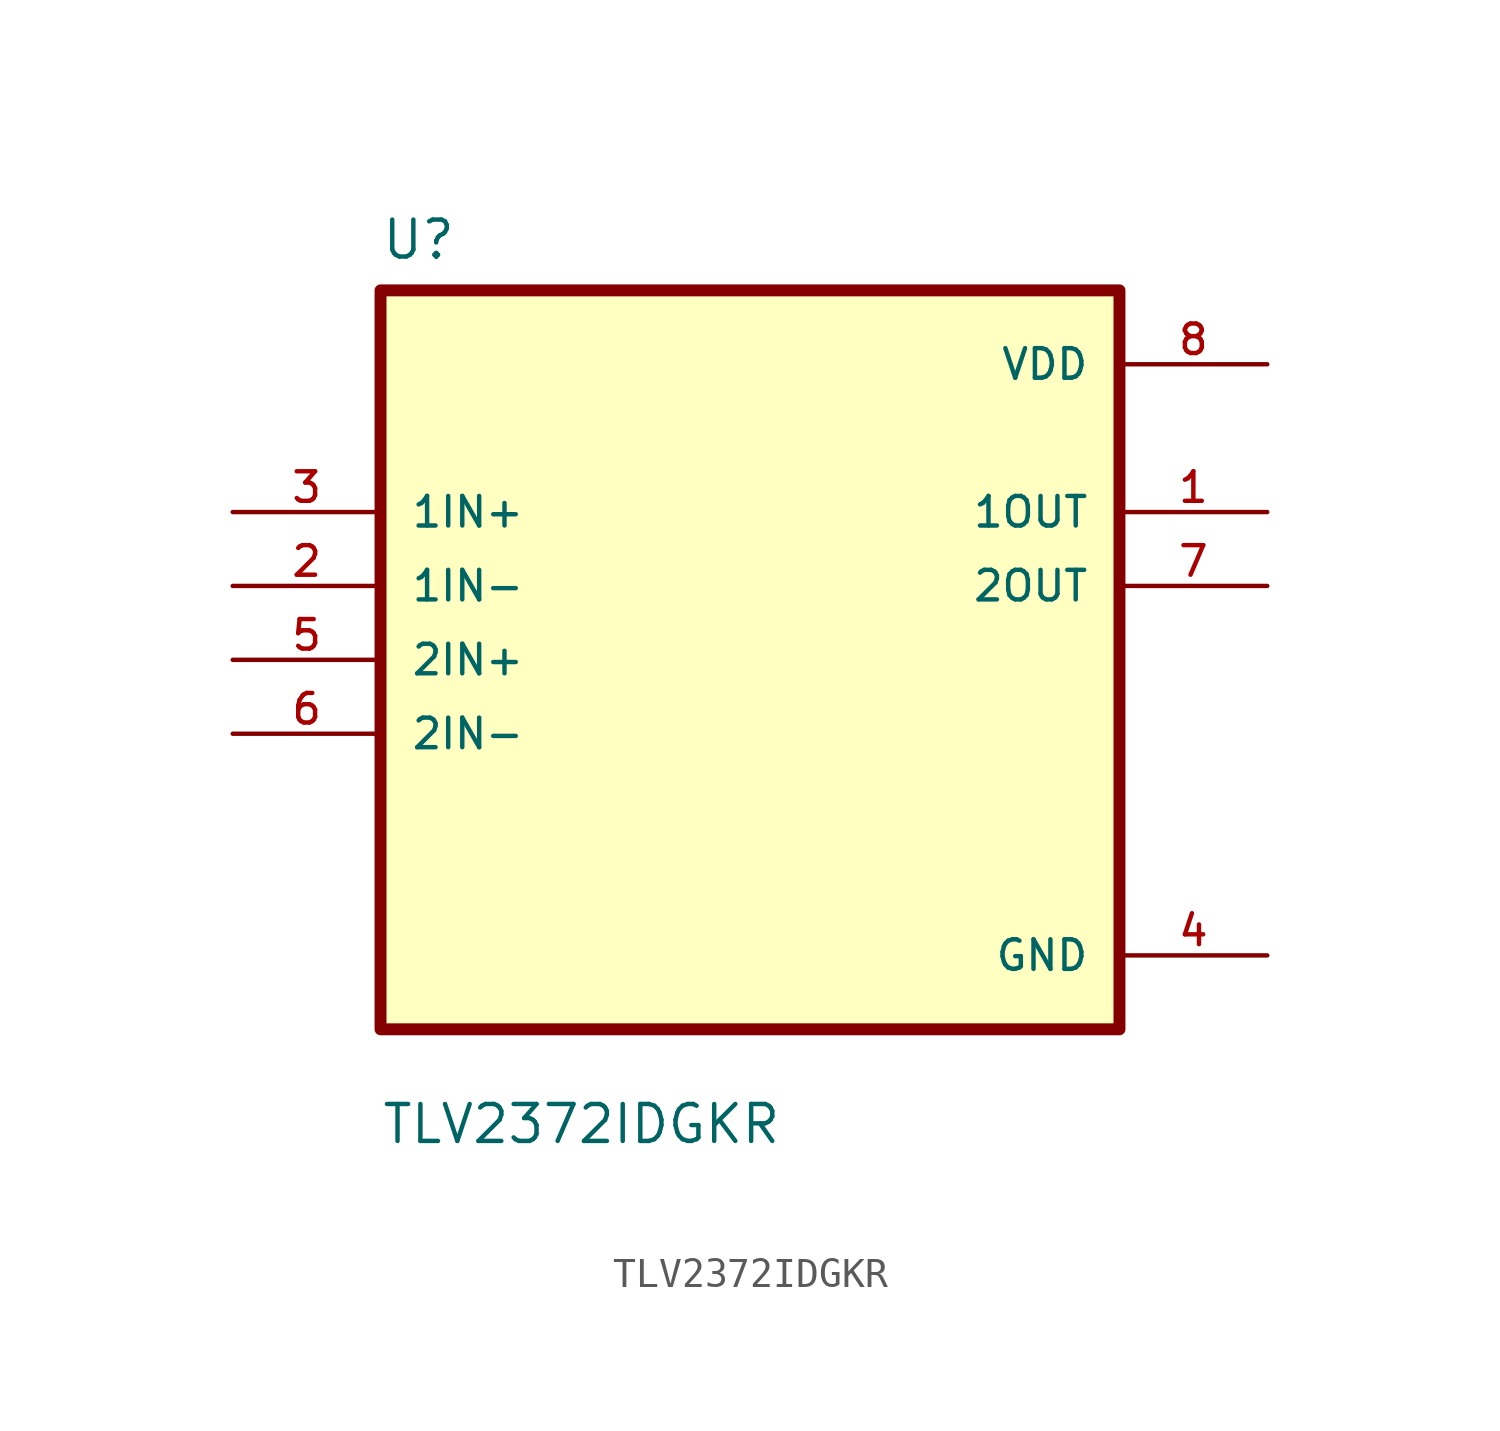
<source format=kicad_sym>
(kicad_symbol_lib
  (version 20211014)
  (generator kicad_symbol_editor)
  (symbol "TLV2372IDGKR"
    (pin_names
      (offset 1.016))
    (property "Reference" "U"
      (at -12.7 13.7 0.0)
      (effects (font (size 1.27 1.27)) (justify bottom left)))
    (property "Value" "TLV2372IDGKR"
      (at -12.7 -16.7 0.0)
      (effects (font (size 1.27 1.27)) (justify bottom left)))
    (symbol "TLV2372IDGKR_0_0"
      (rectangle (start -12.7 -12.7) (end 12.7 12.7) (stroke (width 0.41)) (fill (type background)))
      (pin input line (at -17.78 5.08 0) (length 5.08) (name "1IN+" (effects (font (size 1.016 1.016)))) (number "3" (effects (font (size 1.016 1.016)))))
      (pin input line (at -17.78 2.54 0) (length 5.08) (name "1IN-" (effects (font (size 1.016 1.016)))) (number "2" (effects (font (size 1.016 1.016)))))
      (pin input line (at -17.78 -8.88178e-16 0) (length 5.08) (name "2IN+" (effects (font (size 1.016 1.016)))) (number "5" (effects (font (size 1.016 1.016)))))
      (pin input line (at -17.78 -2.54 0) (length 5.08) (name "2IN-" (effects (font (size 1.016 1.016)))) (number "6" (effects (font (size 1.016 1.016)))))
      (pin power_in line (at 17.78 10.16 180.0) (length 5.08) (name "VDD" (effects (font (size 1.016 1.016)))) (number "8" (effects (font (size 1.016 1.016)))))
      (pin output line (at 17.78 5.08 180.0) (length 5.08) (name "1OUT" (effects (font (size 1.016 1.016)))) (number "1" (effects (font (size 1.016 1.016)))))
      (pin output line (at 17.78 2.54 180.0) (length 5.08) (name "2OUT" (effects (font (size 1.016 1.016)))) (number "7" (effects (font (size 1.016 1.016)))))
      (pin power_in line (at 17.78 -10.16 180.0) (length 5.08) (name "GND" (effects (font (size 1.016 1.016)))) (number "4" (effects (font (size 1.016 1.016))))))))
</source>
